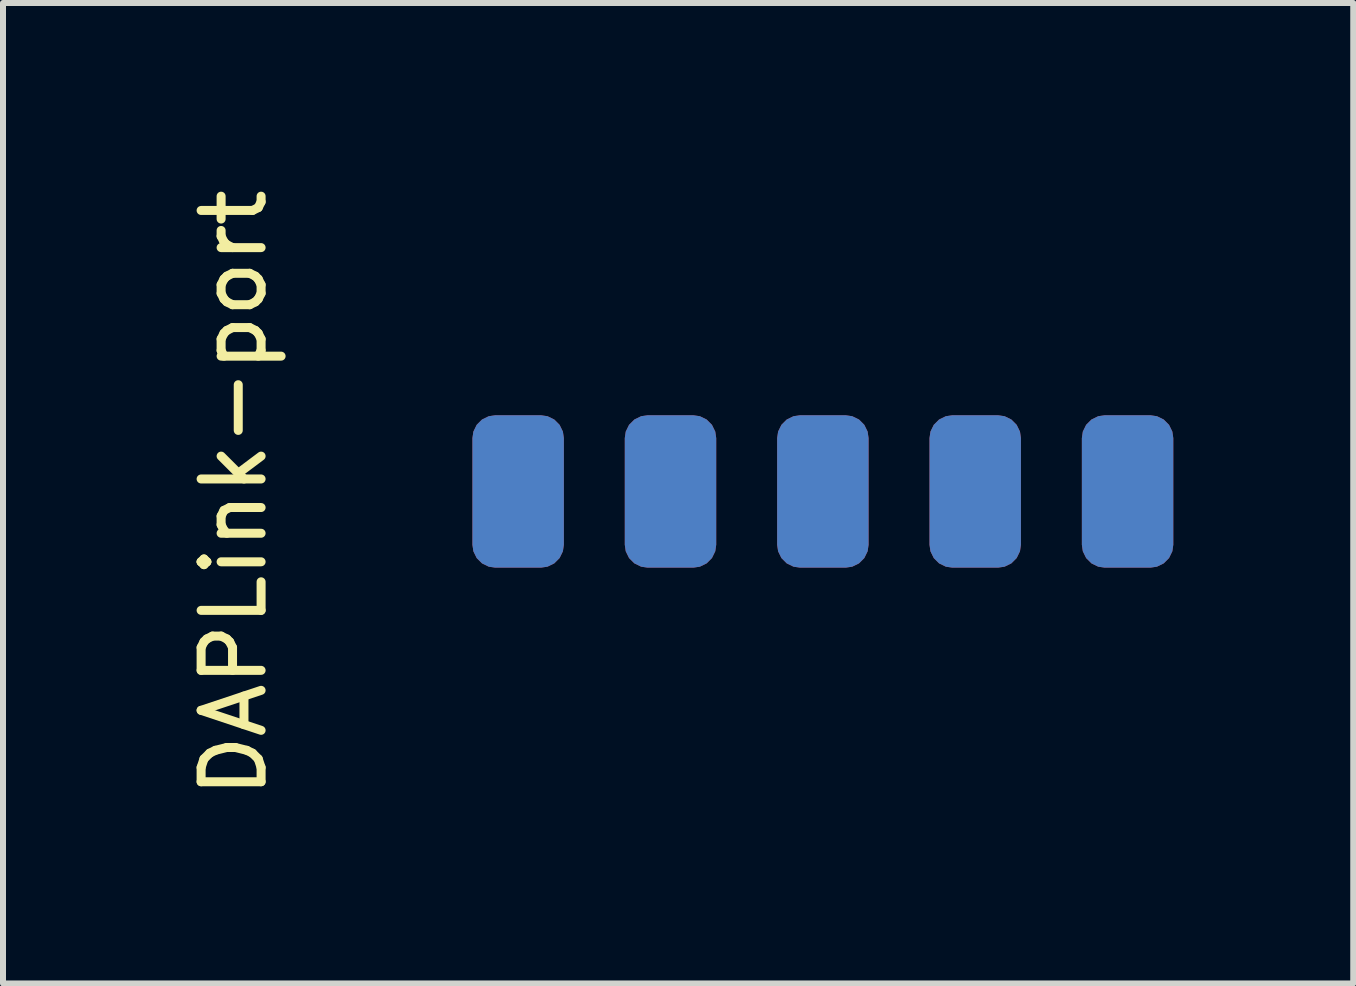
<source format=kicad_pcb>
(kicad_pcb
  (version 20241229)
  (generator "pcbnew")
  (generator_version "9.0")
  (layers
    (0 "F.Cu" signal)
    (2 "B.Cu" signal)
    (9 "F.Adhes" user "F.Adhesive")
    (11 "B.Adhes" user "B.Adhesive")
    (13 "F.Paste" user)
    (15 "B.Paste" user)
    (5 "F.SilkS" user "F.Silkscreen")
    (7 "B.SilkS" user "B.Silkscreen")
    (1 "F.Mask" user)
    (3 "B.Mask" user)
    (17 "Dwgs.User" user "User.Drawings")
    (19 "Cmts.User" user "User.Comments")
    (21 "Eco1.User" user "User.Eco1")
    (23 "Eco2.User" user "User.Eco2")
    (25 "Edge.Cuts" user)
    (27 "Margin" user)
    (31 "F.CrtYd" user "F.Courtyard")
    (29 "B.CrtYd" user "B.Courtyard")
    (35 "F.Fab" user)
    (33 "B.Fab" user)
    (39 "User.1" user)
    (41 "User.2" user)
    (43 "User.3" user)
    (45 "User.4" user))
  (footprint "DAPLink-port"
    (layer "F.Cu")
    (at 5.588 5.143)
    (property "Reference" "DAPLink-port" (at -4.74 0.03 90) (layer "F.SilkS") (effects (font (size 1 1) (thickness 0.15))))
    (attr through_hole)
    (pad "1" smd roundrect (at 0 0) (size 1.524 2.54) (layers "F.Cu" "F.Mask" "F.Paste") (roundrect_rratio 0.25))
    (pad "2" smd roundrect (at 2.54 0) (size 1.524 2.54) (layers "F.Cu" "F.Mask" "F.Paste") (roundrect_rratio 0.25))
    (pad "3" smd roundrect (at 5.08 0) (size 1.524 2.54) (layers "F.Cu" "F.Mask" "F.Paste") (roundrect_rratio 0.25))
    (pad "4" smd roundrect (at 7.62 0) (size 1.524 2.54) (layers "F.Cu" "F.Mask" "F.Paste") (roundrect_rratio 0.25))
    (pad "5" smd roundrect (at 10.16 0) (size 1.524 2.54) (layers "F.Cu" "F.Mask" "F.Paste") (roundrect_rratio 0.25))
    (pad "6" smd roundrect (at 10.16 0) (size 1.524 2.54) (layers "*.Paste" "*.Mask" "B.Cu") (roundrect_rratio 0.25))
    (pad "7" smd roundrect (at 7.62 0) (size 1.524 2.54) (layers "*.Paste" "*.Mask" "B.Cu") (roundrect_rratio 0.25))
    (pad "8" smd roundrect (at 5.08 0) (size 1.524 2.54) (layers "*.Paste" "*.Mask" "B.Cu") (roundrect_rratio 0.25))
    (pad "9" smd roundrect (at 2.54 0) (size 1.524 2.54) (layers "*.Paste" "*.Mask" "B.Cu") (roundrect_rratio 0.25))
    (pad "10" smd roundrect (at 0 0) (size 1.524 2.54) (layers "*.Paste" "*.Mask" "B.Cu") (roundrect_rratio 0.25)))
  (gr_rect
    (start -3 -3)
    (end 19.51 13.345)
    (stroke (width 0.1) (type default))
    (fill no)
    (layer "Edge.Cuts")))
</source>
